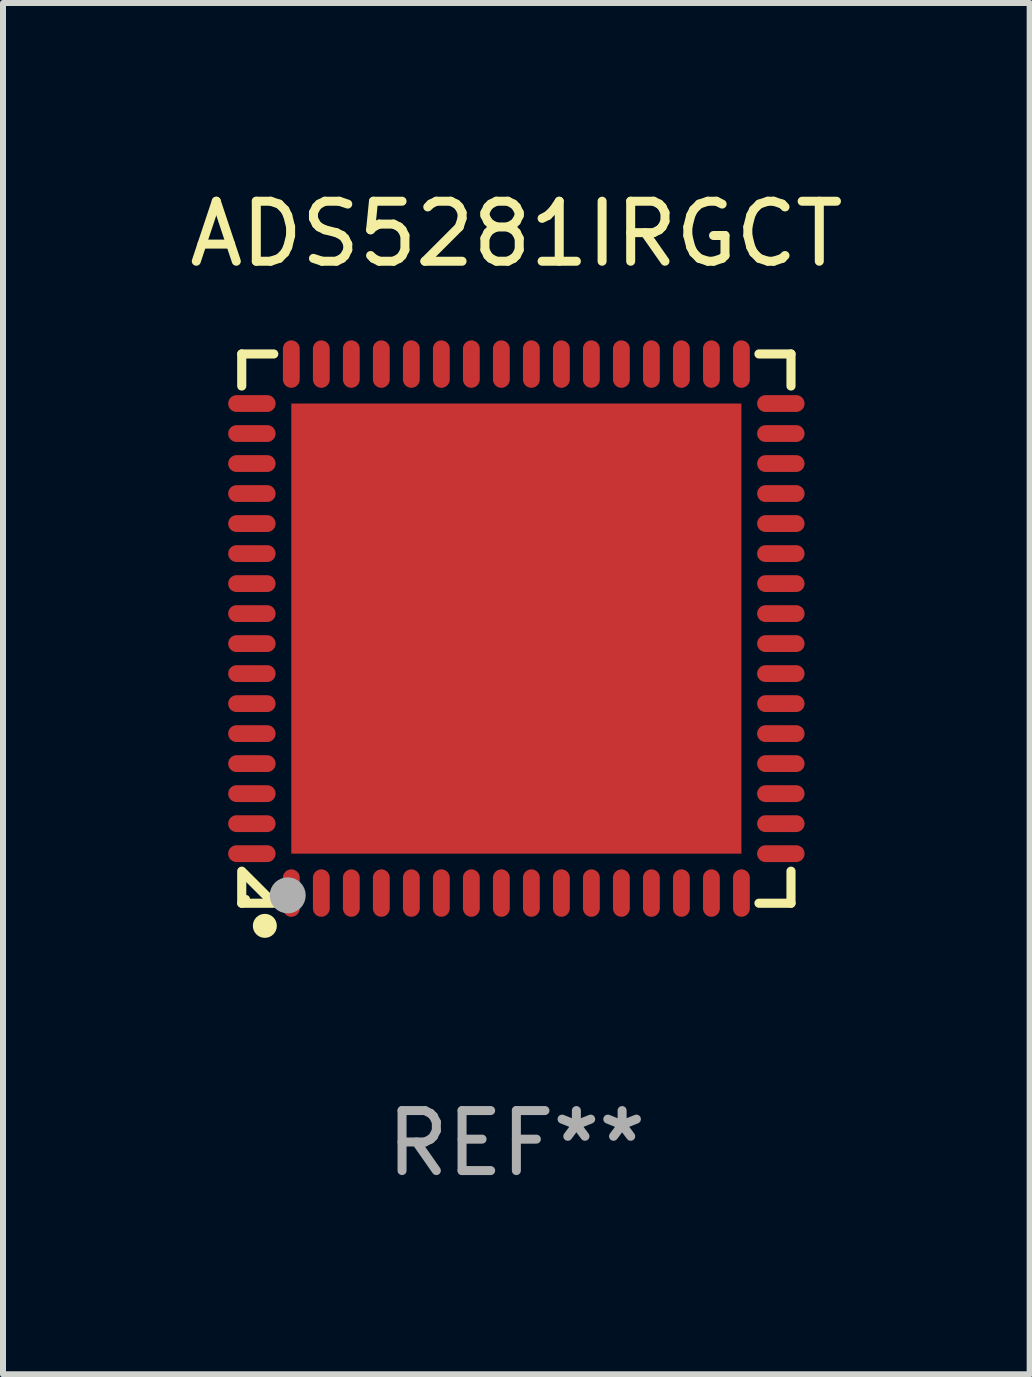
<source format=kicad_pcb>
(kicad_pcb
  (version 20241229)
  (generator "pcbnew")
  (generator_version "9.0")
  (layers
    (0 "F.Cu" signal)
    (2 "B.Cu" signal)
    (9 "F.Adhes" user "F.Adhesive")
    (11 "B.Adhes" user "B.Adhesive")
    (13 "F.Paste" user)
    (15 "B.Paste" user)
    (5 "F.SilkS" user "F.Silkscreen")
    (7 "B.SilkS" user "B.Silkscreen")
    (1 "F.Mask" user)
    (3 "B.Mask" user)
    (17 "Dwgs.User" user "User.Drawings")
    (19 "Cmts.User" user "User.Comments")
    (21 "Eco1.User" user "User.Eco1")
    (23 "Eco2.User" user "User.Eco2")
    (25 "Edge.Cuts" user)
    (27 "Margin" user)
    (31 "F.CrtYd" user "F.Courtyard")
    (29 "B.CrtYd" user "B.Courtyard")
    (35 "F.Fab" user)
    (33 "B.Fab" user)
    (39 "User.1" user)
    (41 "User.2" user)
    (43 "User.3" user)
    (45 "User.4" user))
  (footprint "ADS5281IRGCT"
    (layer "F.Cu")
    (at 5.554 7.424)
    (property "Reference" "ADS5281IRGCT" (at 0 -6.576 0) (layer "F.SilkS") (effects (font (size 1 1) (thickness 0.15))))
    (attr through_hole)
    (fp_line (start -4.576 -4.576) (end -4.576 -4.042) (stroke (width 0.152) (type solid)) (layer "F.SilkS"))
    (fp_line (start -4.576 4.576) (end -4.576 4.042) (stroke (width 0.152) (type solid)) (layer "F.SilkS"))
    (fp_line (start -4.069 4.549) (end -4.549 4.069) (stroke (width 0.152) (type solid)) (layer "F.SilkS"))
    (fp_line (start -4.042 -4.576) (end -4.576 -4.576) (stroke (width 0.152) (type solid)) (layer "F.SilkS"))
    (fp_line (start -4.042 4.576) (end -4.576 4.576) (stroke (width 0.152) (type solid)) (layer "F.SilkS"))
    (fp_line (start 4.042 -4.576) (end 4.576 -4.576) (stroke (width 0.152) (type solid)) (layer "F.SilkS"))
    (fp_line (start 4.042 4.576) (end 4.576 4.576) (stroke (width 0.152) (type solid)) (layer "F.SilkS"))
    (fp_line (start 4.576 -4.576) (end 4.576 -4.042) (stroke (width 0.152) (type solid)) (layer "F.SilkS"))
    (fp_line (start 4.576 4.576) (end 4.576 4.042) (stroke (width 0.152) (type solid)) (layer "F.SilkS"))
    (fp_circle (center -4.5 4.5) (end -4.47 4.5) (stroke (width 0.06) (type solid)) (fill no) (layer "F.SilkS"))
    (fp_circle (center -4.191 4.953) (end -4.091 4.953) (stroke (width 0.2) (type solid)) (fill no) (layer "F.SilkS"))
    (fp_circle (center -3.81 4.445) (end -3.66 4.445) (stroke (width 0.3) (type solid)) (fill no) (layer "F.Fab"))
    (fp_text user "REF**" (at 0 8.576 0) (layer "F.Fab") (effects (font (size 1 1) (thickness 0.15))))
    (pad "1" smd oval (at -3.75 4.407) (size 0.28 0.79) (layers "F.Cu" "F.Mask" "F.Paste"))
    (pad "2" smd oval (at -3.25 4.407) (size 0.28 0.79) (layers "F.Cu" "F.Mask" "F.Paste"))
    (pad "3" smd oval (at -2.75 4.407) (size 0.28 0.79) (layers "F.Cu" "F.Mask" "F.Paste"))
    (pad "4" smd oval (at -2.25 4.407) (size 0.28 0.79) (layers "F.Cu" "F.Mask" "F.Paste"))
    (pad "5" smd oval (at -1.75 4.407) (size 0.28 0.79) (layers "F.Cu" "F.Mask" "F.Paste"))
    (pad "6" smd oval (at -1.25 4.407) (size 0.28 0.79) (layers "F.Cu" "F.Mask" "F.Paste"))
    (pad "7" smd oval (at -0.75 4.407) (size 0.28 0.79) (layers "F.Cu" "F.Mask" "F.Paste"))
    (pad "8" smd oval (at -0.25 4.407) (size 0.28 0.79) (layers "F.Cu" "F.Mask" "F.Paste"))
    (pad "9" smd oval (at 0.25 4.407) (size 0.28 0.79) (layers "F.Cu" "F.Mask" "F.Paste"))
    (pad "10" smd oval (at 0.75 4.407) (size 0.28 0.79) (layers "F.Cu" "F.Mask" "F.Paste"))
    (pad "11" smd oval (at 1.25 4.407) (size 0.28 0.79) (layers "F.Cu" "F.Mask" "F.Paste"))
    (pad "12" smd oval (at 1.75 4.407) (size 0.28 0.79) (layers "F.Cu" "F.Mask" "F.Paste"))
    (pad "13" smd oval (at 2.25 4.407) (size 0.28 0.79) (layers "F.Cu" "F.Mask" "F.Paste"))
    (pad "14" smd oval (at 2.75 4.407) (size 0.28 0.79) (layers "F.Cu" "F.Mask" "F.Paste"))
    (pad "15" smd oval (at 3.25 4.407) (size 0.28 0.79) (layers "F.Cu" "F.Mask" "F.Paste"))
    (pad "16" smd oval (at 3.75 4.407) (size 0.28 0.79) (layers "F.Cu" "F.Mask" "F.Paste"))
    (pad "17" smd oval (at 4.407 3.75) (size 0.79 0.28) (layers "F.Cu" "F.Mask" "F.Paste"))
    (pad "18" smd oval (at 4.407 3.25) (size 0.79 0.28) (layers "F.Cu" "F.Mask" "F.Paste"))
    (pad "19" smd oval (at 4.407 2.75) (size 0.79 0.28) (layers "F.Cu" "F.Mask" "F.Paste"))
    (pad "20" smd oval (at 4.407 2.25) (size 0.79 0.28) (layers "F.Cu" "F.Mask" "F.Paste"))
    (pad "21" smd oval (at 4.407 1.75) (size 0.79 0.28) (layers "F.Cu" "F.Mask" "F.Paste"))
    (pad "22" smd oval (at 4.407 1.25) (size 0.79 0.28) (layers "F.Cu" "F.Mask" "F.Paste"))
    (pad "23" smd oval (at 4.407 0.75) (size 0.79 0.28) (layers "F.Cu" "F.Mask" "F.Paste"))
    (pad "24" smd oval (at 4.407 0.25) (size 0.79 0.28) (layers "F.Cu" "F.Mask" "F.Paste"))
    (pad "25" smd oval (at 4.407 -0.25) (size 0.79 0.28) (layers "F.Cu" "F.Mask" "F.Paste"))
    (pad "26" smd oval (at 4.407 -0.75) (size 0.79 0.28) (layers "F.Cu" "F.Mask" "F.Paste"))
    (pad "27" smd oval (at 4.407 -1.25) (size 0.79 0.28) (layers "F.Cu" "F.Mask" "F.Paste"))
    (pad "28" smd oval (at 4.407 -1.75) (size 0.79 0.28) (layers "F.Cu" "F.Mask" "F.Paste"))
    (pad "29" smd oval (at 4.407 -2.25) (size 0.79 0.28) (layers "F.Cu" "F.Mask" "F.Paste"))
    (pad "30" smd oval (at 4.407 -2.75) (size 0.79 0.28) (layers "F.Cu" "F.Mask" "F.Paste"))
    (pad "31" smd oval (at 4.407 -3.25) (size 0.79 0.28) (layers "F.Cu" "F.Mask" "F.Paste"))
    (pad "32" smd oval (at 4.407 -3.75) (size 0.79 0.28) (layers "F.Cu" "F.Mask" "F.Paste"))
    (pad "33" smd oval (at 3.75 -4.407) (size 0.28 0.79) (layers "F.Cu" "F.Mask" "F.Paste"))
    (pad "34" smd oval (at 3.25 -4.407) (size 0.28 0.79) (layers "F.Cu" "F.Mask" "F.Paste"))
    (pad "35" smd oval (at 2.75 -4.407) (size 0.28 0.79) (layers "F.Cu" "F.Mask" "F.Paste"))
    (pad "36" smd oval (at 2.25 -4.407) (size 0.28 0.79) (layers "F.Cu" "F.Mask" "F.Paste"))
    (pad "37" smd oval (at 1.75 -4.407) (size 0.28 0.79) (layers "F.Cu" "F.Mask" "F.Paste"))
    (pad "38" smd oval (at 1.25 -4.407) (size 0.28 0.79) (layers "F.Cu" "F.Mask" "F.Paste"))
    (pad "39" smd oval (at 0.75 -4.407) (size 0.28 0.79) (layers "F.Cu" "F.Mask" "F.Paste"))
    (pad "40" smd oval (at 0.25 -4.407) (size 0.28 0.79) (layers "F.Cu" "F.Mask" "F.Paste"))
    (pad "41" smd oval (at -0.25 -4.407) (size 0.28 0.79) (layers "F.Cu" "F.Mask" "F.Paste"))
    (pad "42" smd oval (at -0.75 -4.407) (size 0.28 0.79) (layers "F.Cu" "F.Mask" "F.Paste"))
    (pad "43" smd oval (at -1.25 -4.407) (size 0.28 0.79) (layers "F.Cu" "F.Mask" "F.Paste"))
    (pad "44" smd oval (at -1.75 -4.407) (size 0.28 0.79) (layers "F.Cu" "F.Mask" "F.Paste"))
    (pad "45" smd oval (at -2.25 -4.407) (size 0.28 0.79) (layers "F.Cu" "F.Mask" "F.Paste"))
    (pad "46" smd oval (at -2.75 -4.407) (size 0.28 0.79) (layers "F.Cu" "F.Mask" "F.Paste"))
    (pad "47" smd oval (at -3.25 -4.407) (size 0.28 0.79) (layers "F.Cu" "F.Mask" "F.Paste"))
    (pad "48" smd oval (at -3.75 -4.407) (size 0.28 0.79) (layers "F.Cu" "F.Mask" "F.Paste"))
    (pad "49" smd oval (at -4.407 -3.75) (size 0.79 0.28) (layers "F.Cu" "F.Mask" "F.Paste"))
    (pad "50" smd oval (at -4.407 -3.25) (size 0.79 0.28) (layers "F.Cu" "F.Mask" "F.Paste"))
    (pad "51" smd oval (at -4.407 -2.75) (size 0.79 0.28) (layers "F.Cu" "F.Mask" "F.Paste"))
    (pad "52" smd oval (at -4.407 -2.25) (size 0.79 0.28) (layers "F.Cu" "F.Mask" "F.Paste"))
    (pad "53" smd oval (at -4.407 -1.75) (size 0.79 0.28) (layers "F.Cu" "F.Mask" "F.Paste"))
    (pad "54" smd oval (at -4.407 -1.25) (size 0.79 0.28) (layers "F.Cu" "F.Mask" "F.Paste"))
    (pad "55" smd oval (at -4.407 -0.75) (size 0.79 0.28) (layers "F.Cu" "F.Mask" "F.Paste"))
    (pad "56" smd oval (at -4.407 -0.25) (size 0.79 0.28) (layers "F.Cu" "F.Mask" "F.Paste"))
    (pad "57" smd oval (at -4.407 0.25) (size 0.79 0.28) (layers "F.Cu" "F.Mask" "F.Paste"))
    (pad "58" smd oval (at -4.407 0.75) (size 0.79 0.28) (layers "F.Cu" "F.Mask" "F.Paste"))
    (pad "59" smd oval (at -4.407 1.25) (size 0.79 0.28) (layers "F.Cu" "F.Mask" "F.Paste"))
    (pad "60" smd oval (at -4.407 1.75) (size 0.79 0.28) (layers "F.Cu" "F.Mask" "F.Paste"))
    (pad "61" smd oval (at -4.407 2.25) (size 0.79 0.28) (layers "F.Cu" "F.Mask" "F.Paste"))
    (pad "62" smd oval (at -4.407 2.75) (size 0.79 0.28) (layers "F.Cu" "F.Mask" "F.Paste"))
    (pad "63" smd oval (at -4.407 3.25) (size 0.79 0.28) (layers "F.Cu" "F.Mask" "F.Paste"))
    (pad "64" smd oval (at -4.407 3.75) (size 0.79 0.28) (layers "F.Cu" "F.Mask" "F.Paste"))
    (pad "65" smd rect (at 0 0) (size 7.5 7.5) (layers "F.Cu" "F.Mask" "F.Paste")))
  (gr_rect
    (start -3 -3)
    (end 14.107 19.849)
    (stroke (width 0.1) (type default))
    (fill no)
    (layer "Edge.Cuts")))
</source>
